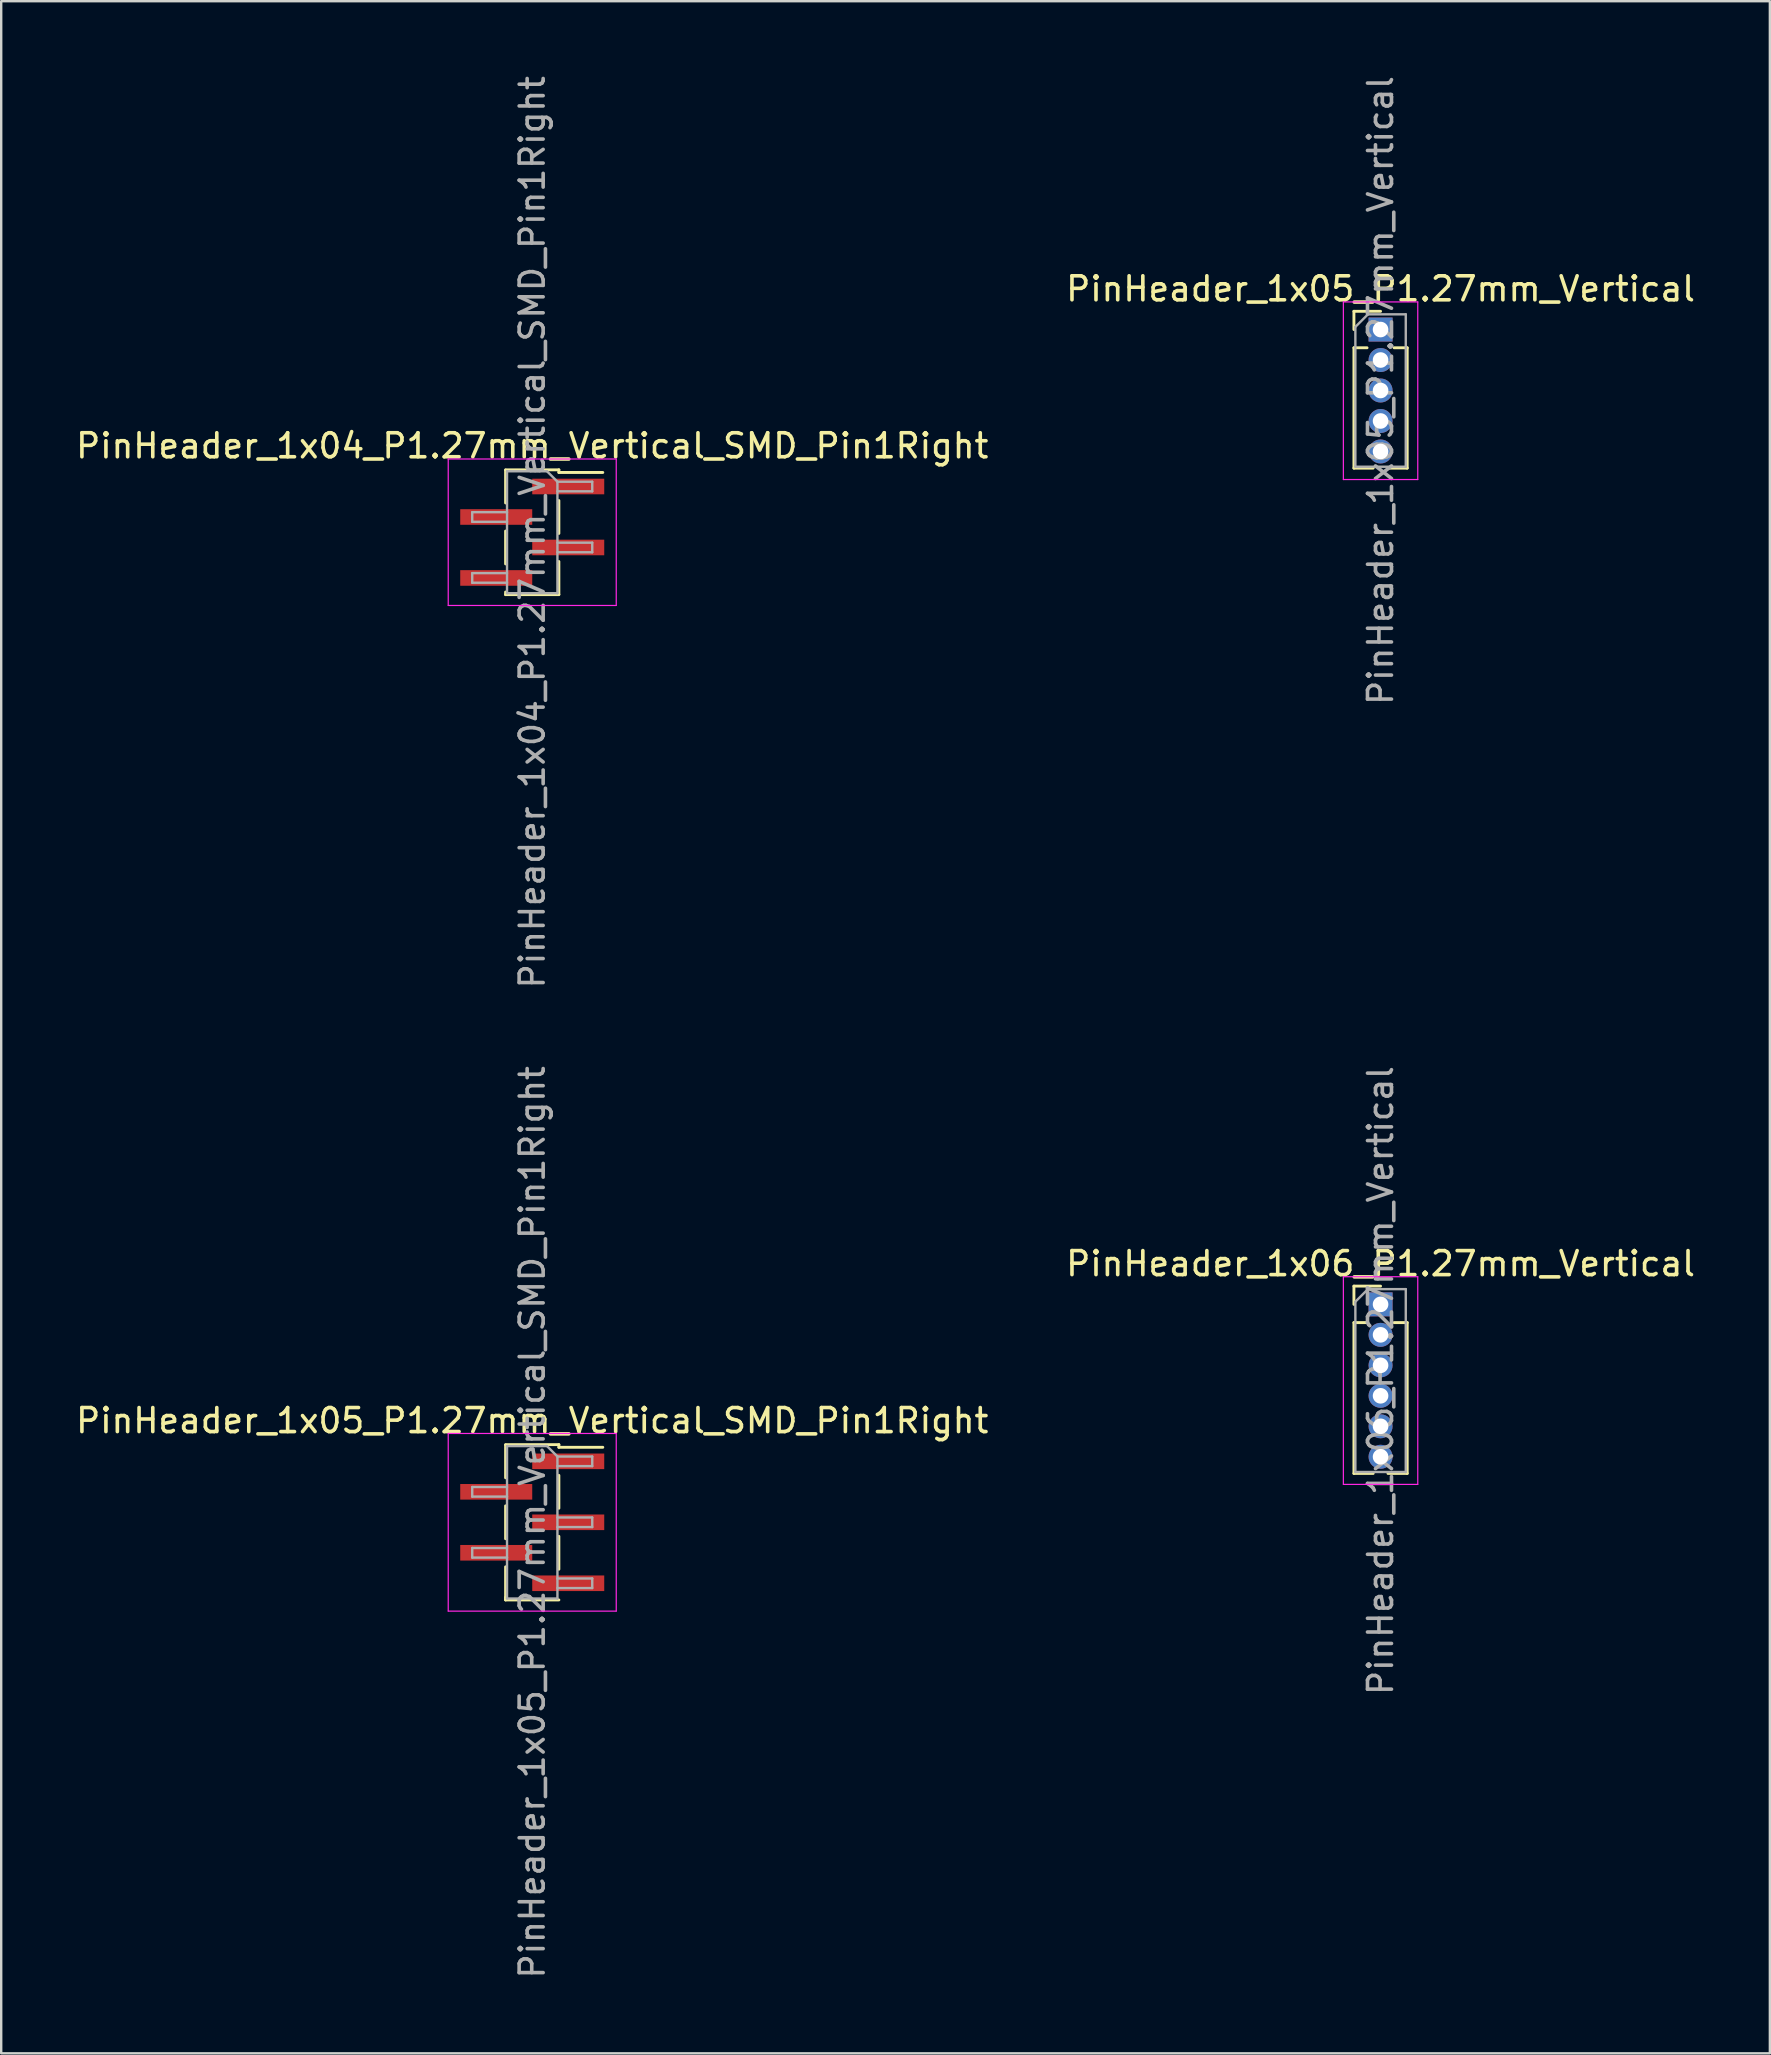
<source format=kicad_pcb>
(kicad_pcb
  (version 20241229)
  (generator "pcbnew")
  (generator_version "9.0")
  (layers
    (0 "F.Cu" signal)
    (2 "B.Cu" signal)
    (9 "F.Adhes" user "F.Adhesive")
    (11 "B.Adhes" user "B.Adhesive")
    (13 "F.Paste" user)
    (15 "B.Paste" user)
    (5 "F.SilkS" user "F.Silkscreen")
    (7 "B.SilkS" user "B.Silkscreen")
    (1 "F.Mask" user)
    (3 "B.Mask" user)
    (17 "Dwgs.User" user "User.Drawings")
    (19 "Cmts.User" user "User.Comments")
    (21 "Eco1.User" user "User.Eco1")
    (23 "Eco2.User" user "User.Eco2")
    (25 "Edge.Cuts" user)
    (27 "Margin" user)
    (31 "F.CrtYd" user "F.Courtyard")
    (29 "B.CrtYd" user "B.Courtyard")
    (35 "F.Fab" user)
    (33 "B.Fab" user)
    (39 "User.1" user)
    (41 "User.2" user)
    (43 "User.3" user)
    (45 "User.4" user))
  (footprint "PinHeader_1x06_P1.27mm_Vertical"
    (layer "F.Cu")
    (at 54.47 51.295)
    (property "Reference" "PinHeader_1x06_P1.27mm_Vertical" (at 0 -1.695 0) (layer "F.SilkS") (effects (font (size 1 1) (thickness 0.15))))
    (attr through_hole)
    (fp_line (start -1.11 -0.76) (end 0 -0.76) (stroke (width 0.12) (type solid)) (layer "F.SilkS"))
    (fp_line (start -1.11 0) (end -1.11 -0.76) (stroke (width 0.12) (type solid)) (layer "F.SilkS"))
    (fp_line (start -1.11 0.76) (end -1.11 7.045) (stroke (width 0.12) (type solid)) (layer "F.SilkS"))
    (fp_line (start -1.11 0.76) (end -0.563 0.76) (stroke (width 0.12) (type solid)) (layer "F.SilkS"))
    (fp_line (start -1.11 7.045) (end -0.308 7.045) (stroke (width 0.12) (type solid)) (layer "F.SilkS"))
    (fp_line (start 0.308 7.045) (end 1.11 7.045) (stroke (width 0.12) (type solid)) (layer "F.SilkS"))
    (fp_line (start 0.563 0.76) (end 1.11 0.76) (stroke (width 0.12) (type solid)) (layer "F.SilkS"))
    (fp_line (start 1.11 0.76) (end 1.11 7.045) (stroke (width 0.12) (type solid)) (layer "F.SilkS"))
    (fp_line (start -1.55 -1.15) (end -1.55 7.5) (stroke (width 0.05) (type solid)) (layer "F.CrtYd"))
    (fp_line (start -1.55 7.5) (end 1.55 7.5) (stroke (width 0.05) (type solid)) (layer "F.CrtYd"))
    (fp_line (start 1.55 -1.15) (end -1.55 -1.15) (stroke (width 0.05) (type solid)) (layer "F.CrtYd"))
    (fp_line (start 1.55 7.5) (end 1.55 -1.15) (stroke (width 0.05) (type solid)) (layer "F.CrtYd"))
    (fp_line (start -1.05 -0.11) (end -0.525 -0.635) (stroke (width 0.1) (type solid)) (layer "F.Fab"))
    (fp_line (start -1.05 6.985) (end -1.05 -0.11) (stroke (width 0.1) (type solid)) (layer "F.Fab"))
    (fp_line (start -0.525 -0.635) (end 1.05 -0.635) (stroke (width 0.1) (type solid)) (layer "F.Fab"))
    (fp_line (start 1.05 -0.635) (end 1.05 6.985) (stroke (width 0.1) (type solid)) (layer "F.Fab"))
    (fp_line (start 1.05 6.985) (end -1.05 6.985) (stroke (width 0.1) (type solid)) (layer "F.Fab"))
    (fp_text user "${REFERENCE}" (at 0 3.175 90) (layer "F.Fab") (effects (font (size 1 1) (thickness 0.15))))
    (pad "1" thru_hole rect (at 0 0) (size 1 1) (drill 0.65) (layers "*.Cu" "*.Mask"))
    (pad "2" thru_hole oval (at 0 1.27) (size 1 1) (drill 0.65) (layers "*.Cu" "*.Mask"))
    (pad "3" thru_hole oval (at 0 2.54) (size 1 1) (drill 0.65) (layers "*.Cu" "*.Mask"))
    (pad "4" thru_hole oval (at 0 3.81) (size 1 1) (drill 0.65) (layers "*.Cu" "*.Mask"))
    (pad "5" thru_hole oval (at 0 5.08) (size 1 1) (drill 0.65) (layers "*.Cu" "*.Mask"))
    (pad "6" thru_hole oval (at 0 6.35) (size 1 1) (drill 0.65) (layers "*.Cu" "*.Mask")))
  (footprint "PinHeader_1x05_P1.27mm_Vertical_SMD_Pin1Right"
    (layer "F.Cu")
    (at 19.125 60.375)
    (property "Reference" "PinHeader_1x05_P1.27mm_Vertical_SMD_Pin1Right" (at 0 -4.235 0) (layer "F.SilkS") (effects (font (size 1 1) (thickness 0.15))))
    (attr smd)
    (fp_line (start -1.11 -3.235) (end 1.11 -3.235) (stroke (width 0.12) (type solid)) (layer "F.SilkS"))
    (fp_line (start -1.11 -3.225) (end -1.11 -1.855) (stroke (width 0.12) (type solid)) (layer "F.SilkS"))
    (fp_line (start -1.11 -0.685) (end -1.11 0.685) (stroke (width 0.12) (type solid)) (layer "F.SilkS"))
    (fp_line (start -1.11 1.855) (end -1.11 3.225) (stroke (width 0.12) (type solid)) (layer "F.SilkS"))
    (fp_line (start -1.11 3.125) (end -1.11 3.235) (stroke (width 0.12) (type solid)) (layer "F.SilkS"))
    (fp_line (start -1.11 3.235) (end 1.11 3.235) (stroke (width 0.12) (type solid)) (layer "F.SilkS"))
    (fp_line (start 1.11 -3.235) (end 1.11 -3.125) (stroke (width 0.12) (type solid)) (layer "F.SilkS"))
    (fp_line (start 1.11 -3.125) (end 2.94 -3.125) (stroke (width 0.12) (type solid)) (layer "F.SilkS"))
    (fp_line (start 1.11 -1.955) (end 1.11 -0.585) (stroke (width 0.12) (type solid)) (layer "F.SilkS"))
    (fp_line (start 1.11 0.585) (end 1.11 1.955) (stroke (width 0.12) (type solid)) (layer "F.SilkS"))
    (fp_line (start -3.5 -3.7) (end -3.5 3.7) (stroke (width 0.05) (type solid)) (layer "F.CrtYd"))
    (fp_line (start -3.5 3.7) (end 3.5 3.7) (stroke (width 0.05) (type solid)) (layer "F.CrtYd"))
    (fp_line (start 3.5 -3.7) (end -3.5 -3.7) (stroke (width 0.05) (type solid)) (layer "F.CrtYd"))
    (fp_line (start 3.5 3.7) (end 3.5 -3.7) (stroke (width 0.05) (type solid)) (layer "F.CrtYd"))
    (fp_line (start -2.5 -1.47) (end -2.5 -1.07) (stroke (width 0.1) (type solid)) (layer "F.Fab"))
    (fp_line (start -2.5 -1.07) (end -1.05 -1.07) (stroke (width 0.1) (type solid)) (layer "F.Fab"))
    (fp_line (start -2.5 1.07) (end -2.5 1.47) (stroke (width 0.1) (type solid)) (layer "F.Fab"))
    (fp_line (start -2.5 1.47) (end -1.05 1.47) (stroke (width 0.1) (type solid)) (layer "F.Fab"))
    (fp_line (start -1.05 -3.175) (end -1.05 3.175) (stroke (width 0.1) (type solid)) (layer "F.Fab"))
    (fp_line (start -1.05 -3.175) (end 0.615 -3.175) (stroke (width 0.1) (type solid)) (layer "F.Fab"))
    (fp_line (start -1.05 -1.47) (end -2.5 -1.47) (stroke (width 0.1) (type solid)) (layer "F.Fab"))
    (fp_line (start -1.05 1.07) (end -2.5 1.07) (stroke (width 0.1) (type solid)) (layer "F.Fab"))
    (fp_line (start 1.05 -2.74) (end 0.615 -3.175) (stroke (width 0.1) (type solid)) (layer "F.Fab"))
    (fp_line (start 1.05 -2.74) (end 2.5 -2.74) (stroke (width 0.1) (type solid)) (layer "F.Fab"))
    (fp_line (start 1.05 -0.2) (end 2.5 -0.2) (stroke (width 0.1) (type solid)) (layer "F.Fab"))
    (fp_line (start 1.05 2.34) (end 2.5 2.34) (stroke (width 0.1) (type solid)) (layer "F.Fab"))
    (fp_line (start 1.05 3.175) (end -1.05 3.175) (stroke (width 0.1) (type solid)) (layer "F.Fab"))
    (fp_line (start 1.05 3.175) (end 1.05 -2.74) (stroke (width 0.1) (type solid)) (layer "F.Fab"))
    (fp_line (start 2.5 -2.74) (end 2.5 -2.34) (stroke (width 0.1) (type solid)) (layer "F.Fab"))
    (fp_line (start 2.5 -2.34) (end 1.05 -2.34) (stroke (width 0.1) (type solid)) (layer "F.Fab"))
    (fp_line (start 2.5 -0.2) (end 2.5 0.2) (stroke (width 0.1) (type solid)) (layer "F.Fab"))
    (fp_line (start 2.5 0.2) (end 1.05 0.2) (stroke (width 0.1) (type solid)) (layer "F.Fab"))
    (fp_line (start 2.5 2.34) (end 2.5 2.74) (stroke (width 0.1) (type solid)) (layer "F.Fab"))
    (fp_line (start 2.5 2.74) (end 1.05 2.74) (stroke (width 0.1) (type solid)) (layer "F.Fab"))
    (fp_text user "${REFERENCE}" (at 0 0 90) (layer "F.Fab") (effects (font (size 1 1) (thickness 0.15))))
    (pad "1" smd rect (at 1.5 -2.54) (size 3 0.65) (layers "F.Cu" "F.Mask" "F.Paste"))
    (pad "2" smd rect (at -1.5 -1.27) (size 3 0.65) (layers "F.Cu" "F.Mask" "F.Paste"))
    (pad "3" smd rect (at 1.5 0) (size 3 0.65) (layers "F.Cu" "F.Mask" "F.Paste"))
    (pad "4" smd rect (at -1.5 1.27) (size 3 0.65) (layers "F.Cu" "F.Mask" "F.Paste"))
    (pad "5" smd rect (at 1.5 2.54) (size 3 0.65) (layers "F.Cu" "F.Mask" "F.Paste")))
  (footprint "PinHeader_1x05_P1.27mm_Vertical"
    (layer "F.Cu")
    (at 54.47 10.68)
    (property "Reference" "PinHeader_1x05_P1.27mm_Vertical" (at 0 -1.695 0) (layer "F.SilkS") (effects (font (size 1 1) (thickness 0.15))))
    (attr through_hole)
    (fp_line (start -1.11 -0.76) (end 0 -0.76) (stroke (width 0.12) (type solid)) (layer "F.SilkS"))
    (fp_line (start -1.11 0) (end -1.11 -0.76) (stroke (width 0.12) (type solid)) (layer "F.SilkS"))
    (fp_line (start -1.11 0.76) (end -1.11 5.775) (stroke (width 0.12) (type solid)) (layer "F.SilkS"))
    (fp_line (start -1.11 0.76) (end -0.563 0.76) (stroke (width 0.12) (type solid)) (layer "F.SilkS"))
    (fp_line (start -1.11 5.775) (end -0.308 5.775) (stroke (width 0.12) (type solid)) (layer "F.SilkS"))
    (fp_line (start 0.308 5.775) (end 1.11 5.775) (stroke (width 0.12) (type solid)) (layer "F.SilkS"))
    (fp_line (start 0.563 0.76) (end 1.11 0.76) (stroke (width 0.12) (type solid)) (layer "F.SilkS"))
    (fp_line (start 1.11 0.76) (end 1.11 5.775) (stroke (width 0.12) (type solid)) (layer "F.SilkS"))
    (fp_line (start -1.55 -1.15) (end -1.55 6.25) (stroke (width 0.05) (type solid)) (layer "F.CrtYd"))
    (fp_line (start -1.55 6.25) (end 1.55 6.25) (stroke (width 0.05) (type solid)) (layer "F.CrtYd"))
    (fp_line (start 1.55 -1.15) (end -1.55 -1.15) (stroke (width 0.05) (type solid)) (layer "F.CrtYd"))
    (fp_line (start 1.55 6.25) (end 1.55 -1.15) (stroke (width 0.05) (type solid)) (layer "F.CrtYd"))
    (fp_line (start -1.05 -0.11) (end -0.525 -0.635) (stroke (width 0.1) (type solid)) (layer "F.Fab"))
    (fp_line (start -1.05 5.715) (end -1.05 -0.11) (stroke (width 0.1) (type solid)) (layer "F.Fab"))
    (fp_line (start -0.525 -0.635) (end 1.05 -0.635) (stroke (width 0.1) (type solid)) (layer "F.Fab"))
    (fp_line (start 1.05 -0.635) (end 1.05 5.715) (stroke (width 0.1) (type solid)) (layer "F.Fab"))
    (fp_line (start 1.05 5.715) (end -1.05 5.715) (stroke (width 0.1) (type solid)) (layer "F.Fab"))
    (fp_text user "${REFERENCE}" (at 0 2.54 90) (layer "F.Fab") (effects (font (size 1 1) (thickness 0.15))))
    (pad "1" thru_hole rect (at 0 0) (size 1 1) (drill 0.65) (layers "*.Cu" "*.Mask"))
    (pad "2" thru_hole oval (at 0 1.27) (size 1 1) (drill 0.65) (layers "*.Cu" "*.Mask"))
    (pad "3" thru_hole oval (at 0 2.54) (size 1 1) (drill 0.65) (layers "*.Cu" "*.Mask"))
    (pad "4" thru_hole oval (at 0 3.81) (size 1 1) (drill 0.65) (layers "*.Cu" "*.Mask"))
    (pad "5" thru_hole oval (at 0 5.08) (size 1 1) (drill 0.65) (layers "*.Cu" "*.Mask")))
  (footprint "PinHeader_1x04_P1.27mm_Vertical_SMD_Pin1Right"
    (layer "F.Cu")
    (at 19.125 19.125)
    (property "Reference" "PinHeader_1x04_P1.27mm_Vertical_SMD_Pin1Right" (at 0 -3.6 0) (layer "F.SilkS") (effects (font (size 1 1) (thickness 0.15))))
    (attr smd)
    (fp_line (start -1.11 -2.6) (end 1.11 -2.6) (stroke (width 0.12) (type solid)) (layer "F.SilkS"))
    (fp_line (start -1.11 -2.59) (end -1.11 -1.22) (stroke (width 0.12) (type solid)) (layer "F.SilkS"))
    (fp_line (start -1.11 -0.05) (end -1.11 1.32) (stroke (width 0.12) (type solid)) (layer "F.SilkS"))
    (fp_line (start -1.11 2.49) (end -1.11 2.6) (stroke (width 0.12) (type solid)) (layer "F.SilkS"))
    (fp_line (start -1.11 2.6) (end 1.11 2.6) (stroke (width 0.12) (type solid)) (layer "F.SilkS"))
    (fp_line (start 1.11 -2.6) (end 1.11 -2.49) (stroke (width 0.12) (type solid)) (layer "F.SilkS"))
    (fp_line (start 1.11 -2.49) (end 2.94 -2.49) (stroke (width 0.12) (type solid)) (layer "F.SilkS"))
    (fp_line (start 1.11 -1.32) (end 1.11 0.05) (stroke (width 0.12) (type solid)) (layer "F.SilkS"))
    (fp_line (start 1.11 1.22) (end 1.11 2.59) (stroke (width 0.12) (type solid)) (layer "F.SilkS"))
    (fp_line (start -3.5 -3.05) (end -3.5 3.05) (stroke (width 0.05) (type solid)) (layer "F.CrtYd"))
    (fp_line (start -3.5 3.05) (end 3.5 3.05) (stroke (width 0.05) (type solid)) (layer "F.CrtYd"))
    (fp_line (start 3.5 -3.05) (end -3.5 -3.05) (stroke (width 0.05) (type solid)) (layer "F.CrtYd"))
    (fp_line (start 3.5 3.05) (end 3.5 -3.05) (stroke (width 0.05) (type solid)) (layer "F.CrtYd"))
    (fp_line (start -2.5 -0.835) (end -2.5 -0.435) (stroke (width 0.1) (type solid)) (layer "F.Fab"))
    (fp_line (start -2.5 -0.435) (end -1.05 -0.435) (stroke (width 0.1) (type solid)) (layer "F.Fab"))
    (fp_line (start -2.5 1.705) (end -2.5 2.105) (stroke (width 0.1) (type solid)) (layer "F.Fab"))
    (fp_line (start -2.5 2.105) (end -1.05 2.105) (stroke (width 0.1) (type solid)) (layer "F.Fab"))
    (fp_line (start -1.05 -2.54) (end -1.05 2.54) (stroke (width 0.1) (type solid)) (layer "F.Fab"))
    (fp_line (start -1.05 -2.54) (end 0.615 -2.54) (stroke (width 0.1) (type solid)) (layer "F.Fab"))
    (fp_line (start -1.05 -0.835) (end -2.5 -0.835) (stroke (width 0.1) (type solid)) (layer "F.Fab"))
    (fp_line (start -1.05 1.705) (end -2.5 1.705) (stroke (width 0.1) (type solid)) (layer "F.Fab"))
    (fp_line (start 1.05 -2.105) (end 0.615 -2.54) (stroke (width 0.1) (type solid)) (layer "F.Fab"))
    (fp_line (start 1.05 -2.105) (end 2.5 -2.105) (stroke (width 0.1) (type solid)) (layer "F.Fab"))
    (fp_line (start 1.05 0.435) (end 2.5 0.435) (stroke (width 0.1) (type solid)) (layer "F.Fab"))
    (fp_line (start 1.05 2.54) (end -1.05 2.54) (stroke (width 0.1) (type solid)) (layer "F.Fab"))
    (fp_line (start 1.05 2.54) (end 1.05 -2.105) (stroke (width 0.1) (type solid)) (layer "F.Fab"))
    (fp_line (start 2.5 -2.105) (end 2.5 -1.705) (stroke (width 0.1) (type solid)) (layer "F.Fab"))
    (fp_line (start 2.5 -1.705) (end 1.05 -1.705) (stroke (width 0.1) (type solid)) (layer "F.Fab"))
    (fp_line (start 2.5 0.435) (end 2.5 0.835) (stroke (width 0.1) (type solid)) (layer "F.Fab"))
    (fp_line (start 2.5 0.835) (end 1.05 0.835) (stroke (width 0.1) (type solid)) (layer "F.Fab"))
    (fp_text user "${REFERENCE}" (at 0 0 90) (layer "F.Fab") (effects (font (size 1 1) (thickness 0.15))))
    (pad "1" smd rect (at 1.5 -1.905) (size 3 0.65) (layers "F.Cu" "F.Mask" "F.Paste"))
    (pad "2" smd rect (at -1.5 -0.635) (size 3 0.65) (layers "F.Cu" "F.Mask" "F.Paste"))
    (pad "3" smd rect (at 1.5 0.635) (size 3 0.65) (layers "F.Cu" "F.Mask" "F.Paste"))
    (pad "4" smd rect (at -1.5 1.905) (size 3 0.65) (layers "F.Cu" "F.Mask" "F.Paste")))
  (gr_rect
    (start -3 -3)
    (end 70.69 82.5)
    (stroke (width 0.1) (type default))
    (fill no)
    (layer "Edge.Cuts")))
</source>
